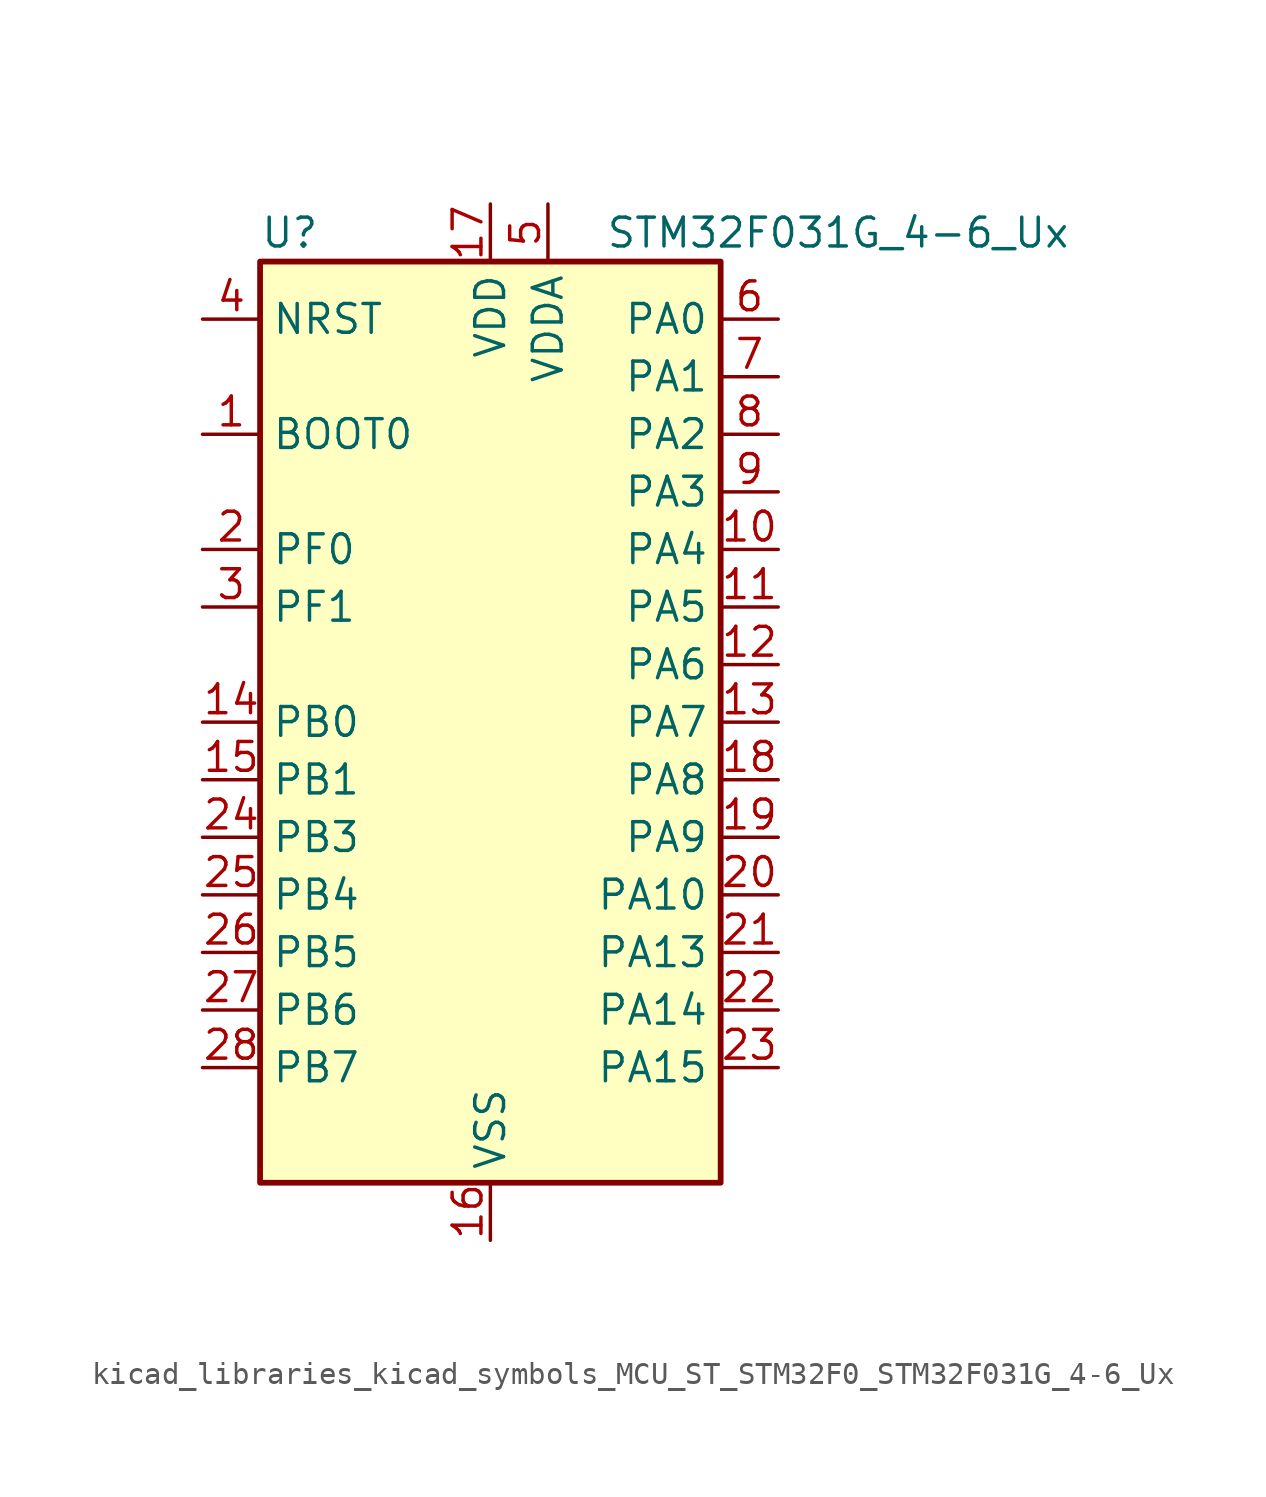
<source format=kicad_sym>
(kicad_symbol_lib
  (version 20220914)
  (generator kicad_symbol_editor)
  (symbol "kicad_libraries_kicad_symbols_MCU_ST_STM32F0_STM32F031G_4-6_Ux"
    (property "Reference" "U"
      (at -10.16 21.59 0)
      (effects (font (size 1.27 1.27)) (justify left)))
    (property "Value" "STM32F031G_4-6_Ux"
      (at 5.08 21.59 0)
      (effects (font (size 1.27 1.27)) (justify left)))
    (property "ki_locked" ""
      (at 0 0 0)
      (effects (font (size 1.27 1.27))))
    (symbol "kicad_libraries_kicad_symbols_MCU_ST_STM32F0_STM32F031G_4-6_Ux_0_1"
      (rectangle (start -10.16 -20.32) (end 10.16 20.32) (stroke (width 0.254) (type default)) (fill (type background))))
    (symbol "kicad_libraries_kicad_symbols_MCU_ST_STM32F0_STM32F031G_4-6_Ux_1_1"
      (pin input line (at -12.7 12.7 0) (length 2.54) (name "BOOT0" (effects (font (size 1.27 1.27)))) (number "1" (effects (font (size 1.27 1.27)))))
      (pin bidirectional line (at 12.7 7.62 180) (length 2.54) (name "PA4" (effects (font (size 1.27 1.27)))) (number "10" (effects (font (size 1.27 1.27)))) (alternate "ADC_IN4" bidirectional line) (alternate "I2S1_WS" bidirectional line) (alternate "SPI1_NSS" bidirectional line) (alternate "TIM14_CH1" bidirectional line) (alternate "USART1_CK" bidirectional line))
      (pin bidirectional line (at 12.7 5.08 180) (length 2.54) (name "PA5" (effects (font (size 1.27 1.27)))) (number "11" (effects (font (size 1.27 1.27)))) (alternate "ADC_IN5" bidirectional line) (alternate "I2S1_CK" bidirectional line) (alternate "SPI1_SCK" bidirectional line) (alternate "TIM2_CH1" bidirectional line) (alternate "TIM2_ETR" bidirectional line))
      (pin bidirectional line (at 12.7 2.54 180) (length 2.54) (name "PA6" (effects (font (size 1.27 1.27)))) (number "12" (effects (font (size 1.27 1.27)))) (alternate "ADC_IN6" bidirectional line) (alternate "I2S1_MCK" bidirectional line) (alternate "SPI1_MISO" bidirectional line) (alternate "TIM16_CH1" bidirectional line) (alternate "TIM1_BKIN" bidirectional line) (alternate "TIM3_CH1" bidirectional line))
      (pin bidirectional line (at 12.7 0 180) (length 2.54) (name "PA7" (effects (font (size 1.27 1.27)))) (number "13" (effects (font (size 1.27 1.27)))) (alternate "ADC_IN7" bidirectional line) (alternate "I2S1_SD" bidirectional line) (alternate "SPI1_MOSI" bidirectional line) (alternate "TIM14_CH1" bidirectional line) (alternate "TIM17_CH1" bidirectional line) (alternate "TIM1_CH1N" bidirectional line) (alternate "TIM3_CH2" bidirectional line))
      (pin bidirectional line (at -12.7 0 0) (length 2.54) (name "PB0" (effects (font (size 1.27 1.27)))) (number "14" (effects (font (size 1.27 1.27)))) (alternate "ADC_IN8" bidirectional line) (alternate "TIM1_CH2N" bidirectional line) (alternate "TIM3_CH3" bidirectional line))
      (pin bidirectional line (at -12.7 -2.54 0) (length 2.54) (name "PB1" (effects (font (size 1.27 1.27)))) (number "15" (effects (font (size 1.27 1.27)))) (alternate "ADC_IN9" bidirectional line) (alternate "TIM14_CH1" bidirectional line) (alternate "TIM1_CH3N" bidirectional line) (alternate "TIM3_CH4" bidirectional line))
      (pin power_in line (at 0 -22.86 90) (length 2.54) (name "VSS" (effects (font (size 1.27 1.27)))) (number "16" (effects (font (size 1.27 1.27)))))
      (pin power_in line (at 0 22.86 270) (length 2.54) (name "VDD" (effects (font (size 1.27 1.27)))) (number "17" (effects (font (size 1.27 1.27)))))
      (pin bidirectional line (at 12.7 -2.54 180) (length 2.54) (name "PA8" (effects (font (size 1.27 1.27)))) (number "18" (effects (font (size 1.27 1.27)))) (alternate "RCC_MCO" bidirectional line) (alternate "TIM1_CH1" bidirectional line) (alternate "USART1_CK" bidirectional line))
      (pin bidirectional line (at 12.7 -5.08 180) (length 2.54) (name "PA9" (effects (font (size 1.27 1.27)))) (number "19" (effects (font (size 1.27 1.27)))) (alternate "I2C1_SCL" bidirectional line) (alternate "TIM1_CH2" bidirectional line) (alternate "USART1_TX" bidirectional line))
      (pin bidirectional line (at -12.7 7.62 0) (length 2.54) (name "PF0" (effects (font (size 1.27 1.27)))) (number "2" (effects (font (size 1.27 1.27)))) (alternate "RCC_OSC_IN" bidirectional line))
      (pin bidirectional line (at 12.7 -7.62 180) (length 2.54) (name "PA10" (effects (font (size 1.27 1.27)))) (number "20" (effects (font (size 1.27 1.27)))) (alternate "I2C1_SDA" bidirectional line) (alternate "TIM17_BKIN" bidirectional line) (alternate "TIM1_CH3" bidirectional line) (alternate "USART1_RX" bidirectional line))
      (pin bidirectional line (at 12.7 -10.16 180) (length 2.54) (name "PA13" (effects (font (size 1.27 1.27)))) (number "21" (effects (font (size 1.27 1.27)))) (alternate "IR_OUT" bidirectional line) (alternate "SYS_SWDIO" bidirectional line))
      (pin bidirectional line (at 12.7 -12.7 180) (length 2.54) (name "PA14" (effects (font (size 1.27 1.27)))) (number "22" (effects (font (size 1.27 1.27)))) (alternate "SYS_SWCLK" bidirectional line) (alternate "USART1_TX" bidirectional line))
      (pin bidirectional line (at 12.7 -15.24 180) (length 2.54) (name "PA15" (effects (font (size 1.27 1.27)))) (number "23" (effects (font (size 1.27 1.27)))) (alternate "I2S1_WS" bidirectional line) (alternate "SPI1_NSS" bidirectional line) (alternate "TIM2_CH1" bidirectional line) (alternate "TIM2_ETR" bidirectional line) (alternate "USART1_RX" bidirectional line))
      (pin bidirectional line (at -12.7 -5.08 0) (length 2.54) (name "PB3" (effects (font (size 1.27 1.27)))) (number "24" (effects (font (size 1.27 1.27)))) (alternate "I2S1_CK" bidirectional line) (alternate "SPI1_SCK" bidirectional line) (alternate "TIM2_CH2" bidirectional line))
      (pin bidirectional line (at -12.7 -7.62 0) (length 2.54) (name "PB4" (effects (font (size 1.27 1.27)))) (number "25" (effects (font (size 1.27 1.27)))) (alternate "I2S1_MCK" bidirectional line) (alternate "SPI1_MISO" bidirectional line) (alternate "TIM3_CH1" bidirectional line))
      (pin bidirectional line (at -12.7 -10.16 0) (length 2.54) (name "PB5" (effects (font (size 1.27 1.27)))) (number "26" (effects (font (size 1.27 1.27)))) (alternate "I2C1_SMBA" bidirectional line) (alternate "I2S1_SD" bidirectional line) (alternate "SPI1_MOSI" bidirectional line) (alternate "TIM16_BKIN" bidirectional line) (alternate "TIM3_CH2" bidirectional line))
      (pin bidirectional line (at -12.7 -12.7 0) (length 2.54) (name "PB6" (effects (font (size 1.27 1.27)))) (number "27" (effects (font (size 1.27 1.27)))) (alternate "I2C1_SCL" bidirectional line) (alternate "TIM16_CH1N" bidirectional line) (alternate "USART1_TX" bidirectional line))
      (pin bidirectional line (at -12.7 -15.24 0) (length 2.54) (name "PB7" (effects (font (size 1.27 1.27)))) (number "28" (effects (font (size 1.27 1.27)))) (alternate "I2C1_SDA" bidirectional line) (alternate "TIM17_CH1N" bidirectional line) (alternate "USART1_RX" bidirectional line))
      (pin bidirectional line (at -12.7 5.08 0) (length 2.54) (name "PF1" (effects (font (size 1.27 1.27)))) (number "3" (effects (font (size 1.27 1.27)))) (alternate "RCC_OSC_OUT" bidirectional line))
      (pin input line (at -12.7 17.78 0) (length 2.54) (name "NRST" (effects (font (size 1.27 1.27)))) (number "4" (effects (font (size 1.27 1.27)))))
      (pin power_in line (at 2.54 22.86 270) (length 2.54) (name "VDDA" (effects (font (size 1.27 1.27)))) (number "5" (effects (font (size 1.27 1.27)))))
      (pin bidirectional line (at 12.7 17.78 180) (length 2.54) (name "PA0" (effects (font (size 1.27 1.27)))) (number "6" (effects (font (size 1.27 1.27)))) (alternate "ADC_IN0" bidirectional line) (alternate "RTC_TAMP2" bidirectional line) (alternate "SYS_WKUP1" bidirectional line) (alternate "TIM2_CH1" bidirectional line) (alternate "TIM2_ETR" bidirectional line) (alternate "USART1_CTS" bidirectional line))
      (pin bidirectional line (at 12.7 15.24 180) (length 2.54) (name "PA1" (effects (font (size 1.27 1.27)))) (number "7" (effects (font (size 1.27 1.27)))) (alternate "ADC_IN1" bidirectional line) (alternate "TIM2_CH2" bidirectional line) (alternate "USART1_DE" bidirectional line) (alternate "USART1_RTS" bidirectional line))
      (pin bidirectional line (at 12.7 12.7 180) (length 2.54) (name "PA2" (effects (font (size 1.27 1.27)))) (number "8" (effects (font (size 1.27 1.27)))) (alternate "ADC_IN2" bidirectional line) (alternate "TIM2_CH3" bidirectional line) (alternate "USART1_TX" bidirectional line))
      (pin bidirectional line (at 12.7 10.16 180) (length 2.54) (name "PA3" (effects (font (size 1.27 1.27)))) (number "9" (effects (font (size 1.27 1.27)))) (alternate "ADC_IN3" bidirectional line) (alternate "TIM2_CH4" bidirectional line) (alternate "USART1_RX" bidirectional line)))))
</source>
